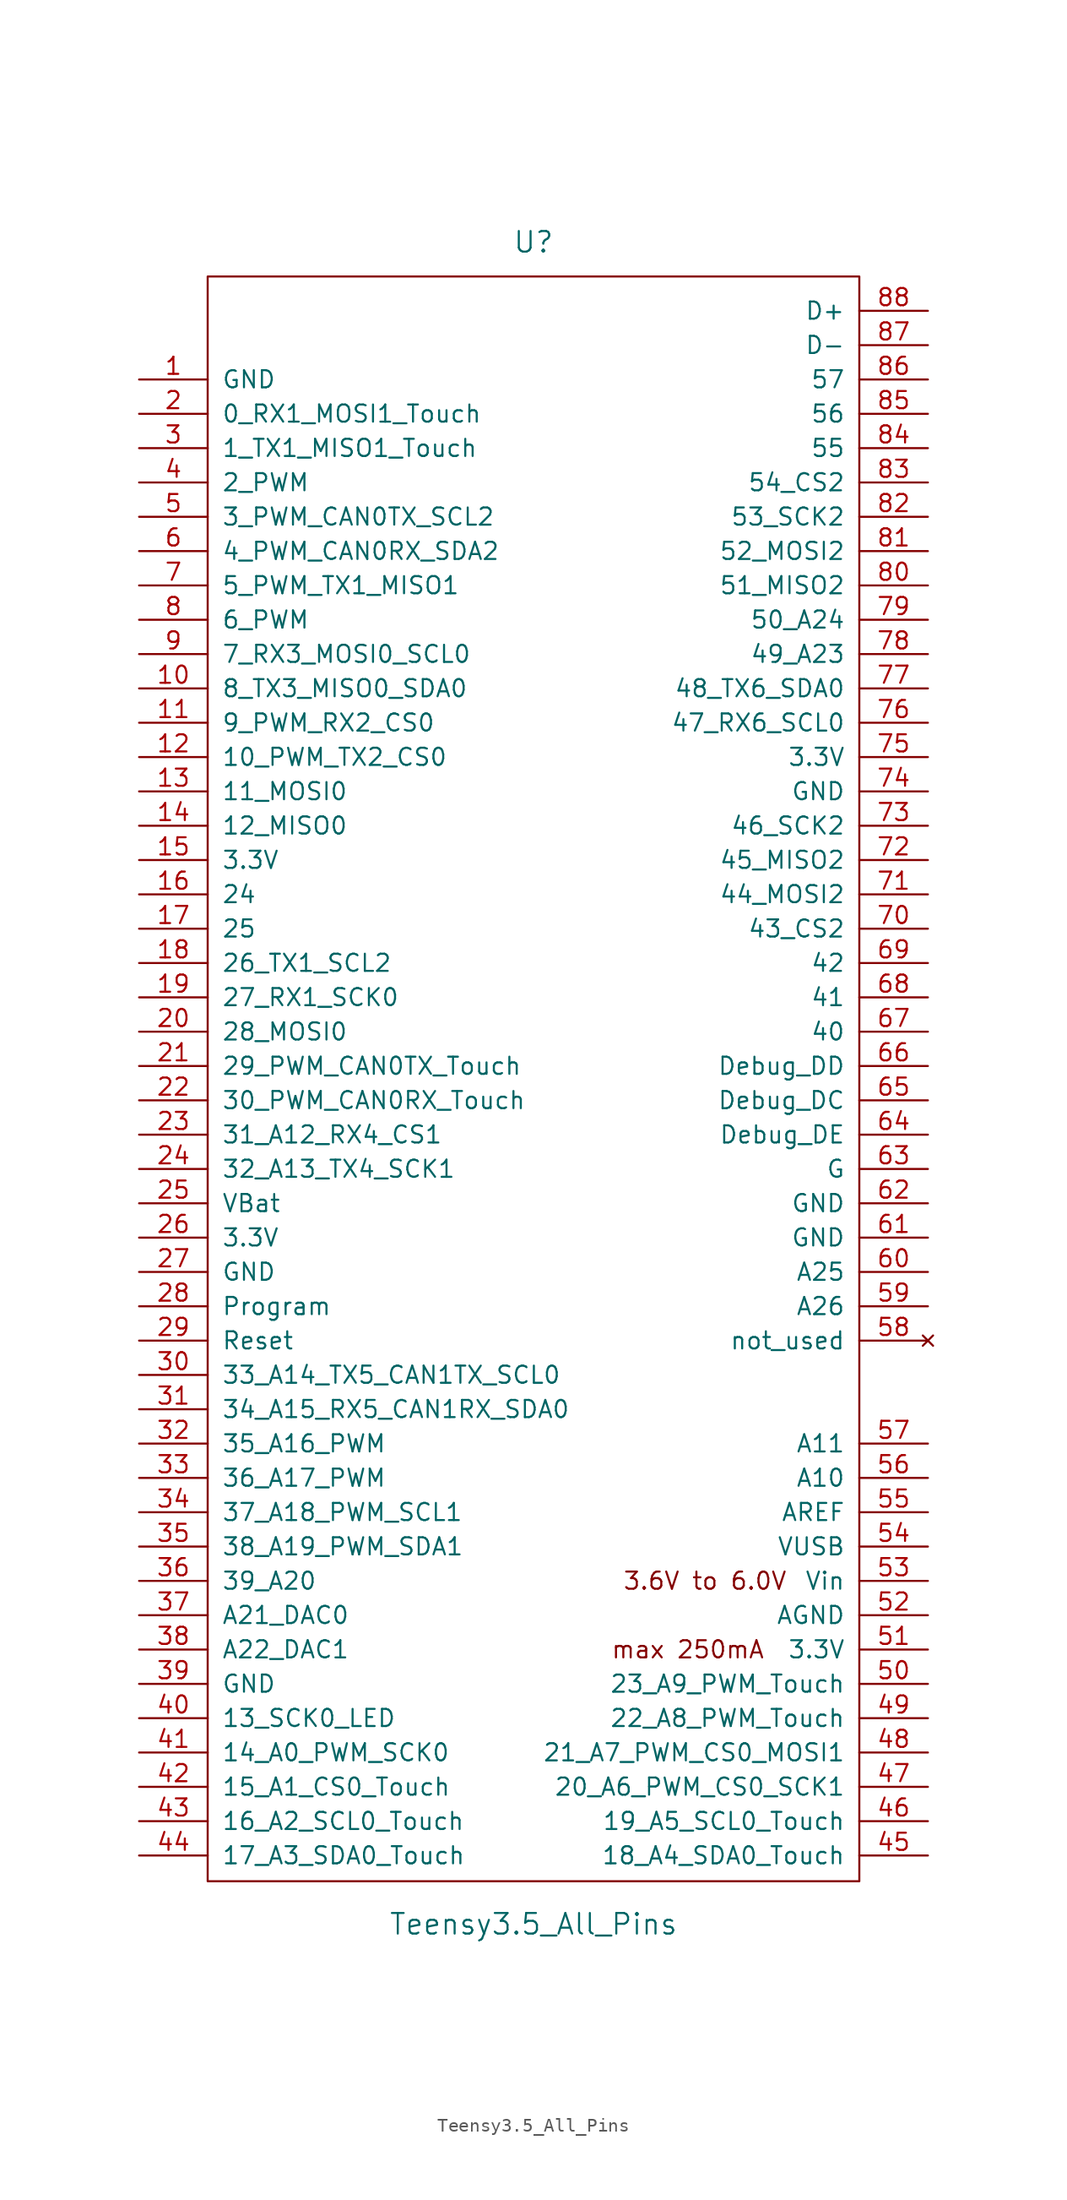
<source format=kicad_sym>
(kicad_symbol_lib
  (version 20241209)
  (generator "kicad_symbol_editor")
  (generator_version "9.0")
  (symbol "Teensy3.5_All_Pins"
    (pin_names
      (offset 1.016))
    (property "Reference" "U"
      (at 0 64.77 0)
      (effects (font (size 1.524 1.524))))
    (property "Value" "Teensy3.5_All_Pins"
      (at 0 -59.69 0)
      (effects (font (size 1.524 1.524))))
    (property "Footprint" ""
      (at -2.54 62.23 0)
      (effects (font (size 1.524 1.524))))
    (symbol "Teensy3.5_All_Pins_0_0"
      (text "max 250mA" (at 11.43 -39.37 0) (effects (font (size 1.27 1.27))))
      (text "3.6V to 6.0V" (at 12.7 -34.29 0) (effects (font (size 1.27 1.27)))))
    (symbol "Teensy3.5_All_Pins_0_1"
      (rectangle (start -24.13 62.23) (end 24.13 -56.515) (stroke (width 0) (type solid)) (fill (type none))))
    (symbol "Teensy3.5_All_Pins_1_1"
      (pin power_in line (at -29.21 54.61 0) (length 5.08) (name "GND" (effects (font (size 1.27 1.27)))) (number "1" (effects (font (size 1.27 1.27)))))
      (pin bidirectional line (at -29.21 52.07 0) (length 5.08) (name "0_RX1_MOSI1_Touch" (effects (font (size 1.27 1.27)))) (number "2" (effects (font (size 1.27 1.27)))))
      (pin bidirectional line (at -29.21 49.53 0) (length 5.08) (name "1_TX1_MISO1_Touch" (effects (font (size 1.27 1.27)))) (number "3" (effects (font (size 1.27 1.27)))))
      (pin bidirectional line (at -29.21 46.99 0) (length 5.08) (name "2_PWM" (effects (font (size 1.27 1.27)))) (number "4" (effects (font (size 1.27 1.27)))))
      (pin bidirectional line (at -29.21 44.45 0) (length 5.08) (name "3_PWM_CAN0TX_SCL2" (effects (font (size 1.27 1.27)))) (number "5" (effects (font (size 1.27 1.27)))))
      (pin bidirectional line (at -29.21 41.91 0) (length 5.08) (name "4_PWM_CAN0RX_SDA2" (effects (font (size 1.27 1.27)))) (number "6" (effects (font (size 1.27 1.27)))))
      (pin bidirectional line (at -29.21 39.37 0) (length 5.08) (name "5_PWM_TX1_MISO1" (effects (font (size 1.27 1.27)))) (number "7" (effects (font (size 1.27 1.27)))))
      (pin bidirectional line (at -29.21 36.83 0) (length 5.08) (name "6_PWM" (effects (font (size 1.27 1.27)))) (number "8" (effects (font (size 1.27 1.27)))))
      (pin bidirectional line (at -29.21 34.29 0) (length 5.08) (name "7_RX3_MOSI0_SCL0" (effects (font (size 1.27 1.27)))) (number "9" (effects (font (size 1.27 1.27)))))
      (pin bidirectional line (at -29.21 31.75 0) (length 5.08) (name "8_TX3_MISO0_SDA0" (effects (font (size 1.27 1.27)))) (number "10" (effects (font (size 1.27 1.27)))))
      (pin bidirectional line (at -29.21 29.21 0) (length 5.08) (name "9_PWM_RX2_CS0" (effects (font (size 1.27 1.27)))) (number "11" (effects (font (size 1.27 1.27)))))
      (pin bidirectional line (at -29.21 26.67 0) (length 5.08) (name "10_PWM_TX2_CS0" (effects (font (size 1.27 1.27)))) (number "12" (effects (font (size 1.27 1.27)))))
      (pin bidirectional line (at -29.21 24.13 0) (length 5.08) (name "11_MOSI0" (effects (font (size 1.27 1.27)))) (number "13" (effects (font (size 1.27 1.27)))))
      (pin bidirectional line (at -29.21 21.59 0) (length 5.08) (name "12_MISO0" (effects (font (size 1.27 1.27)))) (number "14" (effects (font (size 1.27 1.27)))))
      (pin power_out line (at -29.21 19.05 0) (length 5.08) (name "3.3V" (effects (font (size 1.27 1.27)))) (number "15" (effects (font (size 1.27 1.27)))))
      (pin bidirectional line (at -29.21 16.51 0) (length 5.08) (name "24" (effects (font (size 1.27 1.27)))) (number "16" (effects (font (size 1.27 1.27)))))
      (pin bidirectional line (at -29.21 13.97 0) (length 5.08) (name "25" (effects (font (size 1.27 1.27)))) (number "17" (effects (font (size 1.27 1.27)))))
      (pin bidirectional line (at -29.21 11.43 0) (length 5.08) (name "26_TX1_SCL2" (effects (font (size 1.27 1.27)))) (number "18" (effects (font (size 1.27 1.27)))))
      (pin bidirectional line (at -29.21 8.89 0) (length 5.08) (name "27_RX1_SCK0" (effects (font (size 1.27 1.27)))) (number "19" (effects (font (size 1.27 1.27)))))
      (pin bidirectional line (at -29.21 6.35 0) (length 5.08) (name "28_MOSI0" (effects (font (size 1.27 1.27)))) (number "20" (effects (font (size 1.27 1.27)))))
      (pin bidirectional line (at -29.21 3.81 0) (length 5.08) (name "29_PWM_CAN0TX_Touch" (effects (font (size 1.27 1.27)))) (number "21" (effects (font (size 1.27 1.27)))))
      (pin bidirectional line (at -29.21 1.27 0) (length 5.08) (name "30_PWM_CAN0RX_Touch" (effects (font (size 1.27 1.27)))) (number "22" (effects (font (size 1.27 1.27)))))
      (pin bidirectional line (at -29.21 -1.27 0) (length 5.08) (name "31_A12_RX4_CS1" (effects (font (size 1.27 1.27)))) (number "23" (effects (font (size 1.27 1.27)))))
      (pin bidirectional line (at -29.21 -3.81 0) (length 5.08) (name "32_A13_TX4_SCK1" (effects (font (size 1.27 1.27)))) (number "24" (effects (font (size 1.27 1.27)))))
      (pin power_in line (at -29.21 -6.35 0) (length 5.08) (name "VBat" (effects (font (size 1.27 1.27)))) (number "25" (effects (font (size 1.27 1.27)))))
      (pin power_in line (at -29.21 -8.89 0) (length 5.08) (name "3.3V" (effects (font (size 1.27 1.27)))) (number "26" (effects (font (size 1.27 1.27)))))
      (pin power_in line (at -29.21 -11.43 0) (length 5.08) (name "GND" (effects (font (size 1.27 1.27)))) (number "27" (effects (font (size 1.27 1.27)))))
      (pin input line (at -29.21 -13.97 0) (length 5.08) (name "Program" (effects (font (size 1.27 1.27)))) (number "28" (effects (font (size 1.27 1.27)))))
      (pin input line (at -29.21 -16.51 0) (length 5.08) (name "Reset" (effects (font (size 1.27 1.27)))) (number "29" (effects (font (size 1.27 1.27)))))
      (pin bidirectional line (at -29.21 -19.05 0) (length 5.08) (name "33_A14_TX5_CAN1TX_SCL0" (effects (font (size 1.27 1.27)))) (number "30" (effects (font (size 1.27 1.27)))))
      (pin bidirectional line (at -29.21 -21.59 0) (length 5.08) (name "34_A15_RX5_CAN1RX_SDA0" (effects (font (size 1.27 1.27)))) (number "31" (effects (font (size 1.27 1.27)))))
      (pin bidirectional line (at -29.21 -24.13 0) (length 5.08) (name "35_A16_PWM" (effects (font (size 1.27 1.27)))) (number "32" (effects (font (size 1.27 1.27)))))
      (pin bidirectional line (at -29.21 -26.67 0) (length 5.08) (name "36_A17_PWM" (effects (font (size 1.27 1.27)))) (number "33" (effects (font (size 1.27 1.27)))))
      (pin bidirectional line (at -29.21 -29.21 0) (length 5.08) (name "37_A18_PWM_SCL1" (effects (font (size 1.27 1.27)))) (number "34" (effects (font (size 1.27 1.27)))))
      (pin bidirectional line (at -29.21 -31.75 0) (length 5.08) (name "38_A19_PWM_SDA1" (effects (font (size 1.27 1.27)))) (number "35" (effects (font (size 1.27 1.27)))))
      (pin bidirectional line (at -29.21 -34.29 0) (length 5.08) (name "39_A20" (effects (font (size 1.27 1.27)))) (number "36" (effects (font (size 1.27 1.27)))))
      (pin bidirectional line (at -29.21 -36.83 0) (length 5.08) (name "A21_DAC0" (effects (font (size 1.27 1.27)))) (number "37" (effects (font (size 1.27 1.27)))))
      (pin bidirectional line (at -29.21 -39.37 0) (length 5.08) (name "A22_DAC1" (effects (font (size 1.27 1.27)))) (number "38" (effects (font (size 1.27 1.27)))))
      (pin power_in line (at -29.21 -41.91 0) (length 5.08) (name "GND" (effects (font (size 1.27 1.27)))) (number "39" (effects (font (size 1.27 1.27)))))
      (pin bidirectional line (at -29.21 -44.45 0) (length 5.08) (name "13_SCK0_LED" (effects (font (size 1.27 1.27)))) (number "40" (effects (font (size 1.27 1.27)))))
      (pin bidirectional line (at -29.21 -46.99 0) (length 5.08) (name "14_A0_PWM_SCK0" (effects (font (size 1.27 1.27)))) (number "41" (effects (font (size 1.27 1.27)))))
      (pin bidirectional line (at -29.21 -49.53 0) (length 5.08) (name "15_A1_CS0_Touch" (effects (font (size 1.27 1.27)))) (number "42" (effects (font (size 1.27 1.27)))))
      (pin bidirectional line (at -29.21 -52.07 0) (length 5.08) (name "16_A2_SCL0_Touch" (effects (font (size 1.27 1.27)))) (number "43" (effects (font (size 1.27 1.27)))))
      (pin bidirectional line (at -29.21 -54.61 0) (length 5.08) (name "17_A3_SDA0_Touch" (effects (font (size 1.27 1.27)))) (number "44" (effects (font (size 1.27 1.27)))))
      (pin input line (at 29.21 59.69 180) (length 5.08) (name "D+" (effects (font (size 1.27 1.27)))) (number "88" (effects (font (size 1.27 1.27)))))
      (pin input line (at 29.21 57.15 180) (length 5.08) (name "D-" (effects (font (size 1.27 1.27)))) (number "87" (effects (font (size 1.27 1.27)))))
      (pin bidirectional line (at 29.21 54.61 180) (length 5.08) (name "57" (effects (font (size 1.27 1.27)))) (number "86" (effects (font (size 1.27 1.27)))))
      (pin bidirectional line (at 29.21 52.07 180) (length 5.08) (name "56" (effects (font (size 1.27 1.27)))) (number "85" (effects (font (size 1.27 1.27)))))
      (pin bidirectional line (at 29.21 49.53 180) (length 5.08) (name "55" (effects (font (size 1.27 1.27)))) (number "84" (effects (font (size 1.27 1.27)))))
      (pin bidirectional line (at 29.21 46.99 180) (length 5.08) (name "54_CS2" (effects (font (size 1.27 1.27)))) (number "83" (effects (font (size 1.27 1.27)))))
      (pin bidirectional line (at 29.21 44.45 180) (length 5.08) (name "53_SCK2" (effects (font (size 1.27 1.27)))) (number "82" (effects (font (size 1.27 1.27)))))
      (pin bidirectional line (at 29.21 41.91 180) (length 5.08) (name "52_MOSI2" (effects (font (size 1.27 1.27)))) (number "81" (effects (font (size 1.27 1.27)))))
      (pin bidirectional line (at 29.21 39.37 180) (length 5.08) (name "51_MISO2" (effects (font (size 1.27 1.27)))) (number "80" (effects (font (size 1.27 1.27)))))
      (pin bidirectional line (at 29.21 36.83 180) (length 5.08) (name "50_A24" (effects (font (size 1.27 1.27)))) (number "79" (effects (font (size 1.27 1.27)))))
      (pin bidirectional line (at 29.21 34.29 180) (length 5.08) (name "49_A23" (effects (font (size 1.27 1.27)))) (number "78" (effects (font (size 1.27 1.27)))))
      (pin bidirectional line (at 29.21 31.75 180) (length 5.08) (name "48_TX6_SDA0" (effects (font (size 1.27 1.27)))) (number "77" (effects (font (size 1.27 1.27)))))
      (pin bidirectional line (at 29.21 29.21 180) (length 5.08) (name "47_RX6_SCL0" (effects (font (size 1.27 1.27)))) (number "76" (effects (font (size 1.27 1.27)))))
      (pin power_in line (at 29.21 26.67 180) (length 5.08) (name "3.3V" (effects (font (size 1.27 1.27)))) (number "75" (effects (font (size 1.27 1.27)))))
      (pin power_in line (at 29.21 24.13 180) (length 5.08) (name "GND" (effects (font (size 1.27 1.27)))) (number "74" (effects (font (size 1.27 1.27)))))
      (pin bidirectional line (at 29.21 21.59 180) (length 5.08) (name "46_SCK2" (effects (font (size 1.27 1.27)))) (number "73" (effects (font (size 1.27 1.27)))))
      (pin bidirectional line (at 29.21 19.05 180) (length 5.08) (name "45_MISO2" (effects (font (size 1.27 1.27)))) (number "72" (effects (font (size 1.27 1.27)))))
      (pin bidirectional line (at 29.21 16.51 180) (length 5.08) (name "44_MOSI2" (effects (font (size 1.27 1.27)))) (number "71" (effects (font (size 1.27 1.27)))))
      (pin bidirectional line (at 29.21 13.97 180) (length 5.08) (name "43_CS2" (effects (font (size 1.27 1.27)))) (number "70" (effects (font (size 1.27 1.27)))))
      (pin bidirectional line (at 29.21 11.43 180) (length 5.08) (name "42" (effects (font (size 1.27 1.27)))) (number "69" (effects (font (size 1.27 1.27)))))
      (pin bidirectional line (at 29.21 8.89 180) (length 5.08) (name "41" (effects (font (size 1.27 1.27)))) (number "68" (effects (font (size 1.27 1.27)))))
      (pin bidirectional line (at 29.21 6.35 180) (length 5.08) (name "40" (effects (font (size 1.27 1.27)))) (number "67" (effects (font (size 1.27 1.27)))))
      (pin input line (at 29.21 3.81 180) (length 5.08) (name "Debug_DD" (effects (font (size 1.27 1.27)))) (number "66" (effects (font (size 1.27 1.27)))))
      (pin input line (at 29.21 1.27 180) (length 5.08) (name "Debug_DC" (effects (font (size 1.27 1.27)))) (number "65" (effects (font (size 1.27 1.27)))))
      (pin input line (at 29.21 -1.27 180) (length 5.08) (name "Debug_DE" (effects (font (size 1.27 1.27)))) (number "64" (effects (font (size 1.27 1.27)))))
      (pin power_in line (at 29.21 -3.81 180) (length 5.08) (name "G" (effects (font (size 1.27 1.27)))) (number "63" (effects (font (size 1.27 1.27)))))
      (pin power_in line (at 29.21 -6.35 180) (length 5.08) (name "GND" (effects (font (size 1.27 1.27)))) (number "62" (effects (font (size 1.27 1.27)))))
      (pin power_in line (at 29.21 -8.89 180) (length 5.08) (name "GND" (effects (font (size 1.27 1.27)))) (number "61" (effects (font (size 1.27 1.27)))))
      (pin bidirectional line (at 29.21 -11.43 180) (length 5.08) (name "A25" (effects (font (size 1.27 1.27)))) (number "60" (effects (font (size 1.27 1.27)))))
      (pin bidirectional line (at 29.21 -13.97 180) (length 5.08) (name "A26" (effects (font (size 1.27 1.27)))) (number "59" (effects (font (size 1.27 1.27)))))
      (pin no_connect line (at 29.21 -16.51 180) (length 5.08) (name "not_used" (effects (font (size 1.27 1.27)))) (number "58" (effects (font (size 1.27 1.27)))))
      (pin bidirectional line (at 29.21 -24.13 180) (length 5.08) (name "A11" (effects (font (size 1.27 1.27)))) (number "57" (effects (font (size 1.27 1.27)))))
      (pin bidirectional line (at 29.21 -26.67 180) (length 5.08) (name "A10" (effects (font (size 1.27 1.27)))) (number "56" (effects (font (size 1.27 1.27)))))
      (pin input line (at 29.21 -29.21 180) (length 5.08) (name "AREF" (effects (font (size 1.27 1.27)))) (number "55" (effects (font (size 1.27 1.27)))))
      (pin power_in line (at 29.21 -31.75 180) (length 5.08) (name "VUSB" (effects (font (size 1.27 1.27)))) (number "54" (effects (font (size 1.27 1.27)))))
      (pin power_in line (at 29.21 -34.29 180) (length 5.08) (name "Vin" (effects (font (size 1.27 1.27)))) (number "53" (effects (font (size 1.27 1.27)))))
      (pin power_out line (at 29.21 -36.83 180) (length 5.08) (name "AGND" (effects (font (size 1.27 1.27)))) (number "52" (effects (font (size 1.27 1.27)))))
      (pin power_out line (at 29.21 -39.37 180) (length 5.08) (name "3.3V" (effects (font (size 1.27 1.27)))) (number "51" (effects (font (size 1.27 1.27)))))
      (pin bidirectional line (at 29.21 -41.91 180) (length 5.08) (name "23_A9_PWM_Touch" (effects (font (size 1.27 1.27)))) (number "50" (effects (font (size 1.27 1.27)))))
      (pin bidirectional line (at 29.21 -44.45 180) (length 5.08) (name "22_A8_PWM_Touch" (effects (font (size 1.27 1.27)))) (number "49" (effects (font (size 1.27 1.27)))))
      (pin bidirectional line (at 29.21 -46.99 180) (length 5.08) (name "21_A7_PWM_CS0_MOSI1" (effects (font (size 1.27 1.27)))) (number "48" (effects (font (size 1.27 1.27)))))
      (pin bidirectional line (at 29.21 -49.53 180) (length 5.08) (name "20_A6_PWM_CS0_SCK1" (effects (font (size 1.27 1.27)))) (number "47" (effects (font (size 1.27 1.27)))))
      (pin bidirectional line (at 29.21 -52.07 180) (length 5.08) (name "19_A5_SCL0_Touch" (effects (font (size 1.27 1.27)))) (number "46" (effects (font (size 1.27 1.27)))))
      (pin bidirectional line (at 29.21 -54.61 180) (length 5.08) (name "18_A4_SDA0_Touch" (effects (font (size 1.27 1.27)))) (number "45" (effects (font (size 1.27 1.27))))))))
</source>
